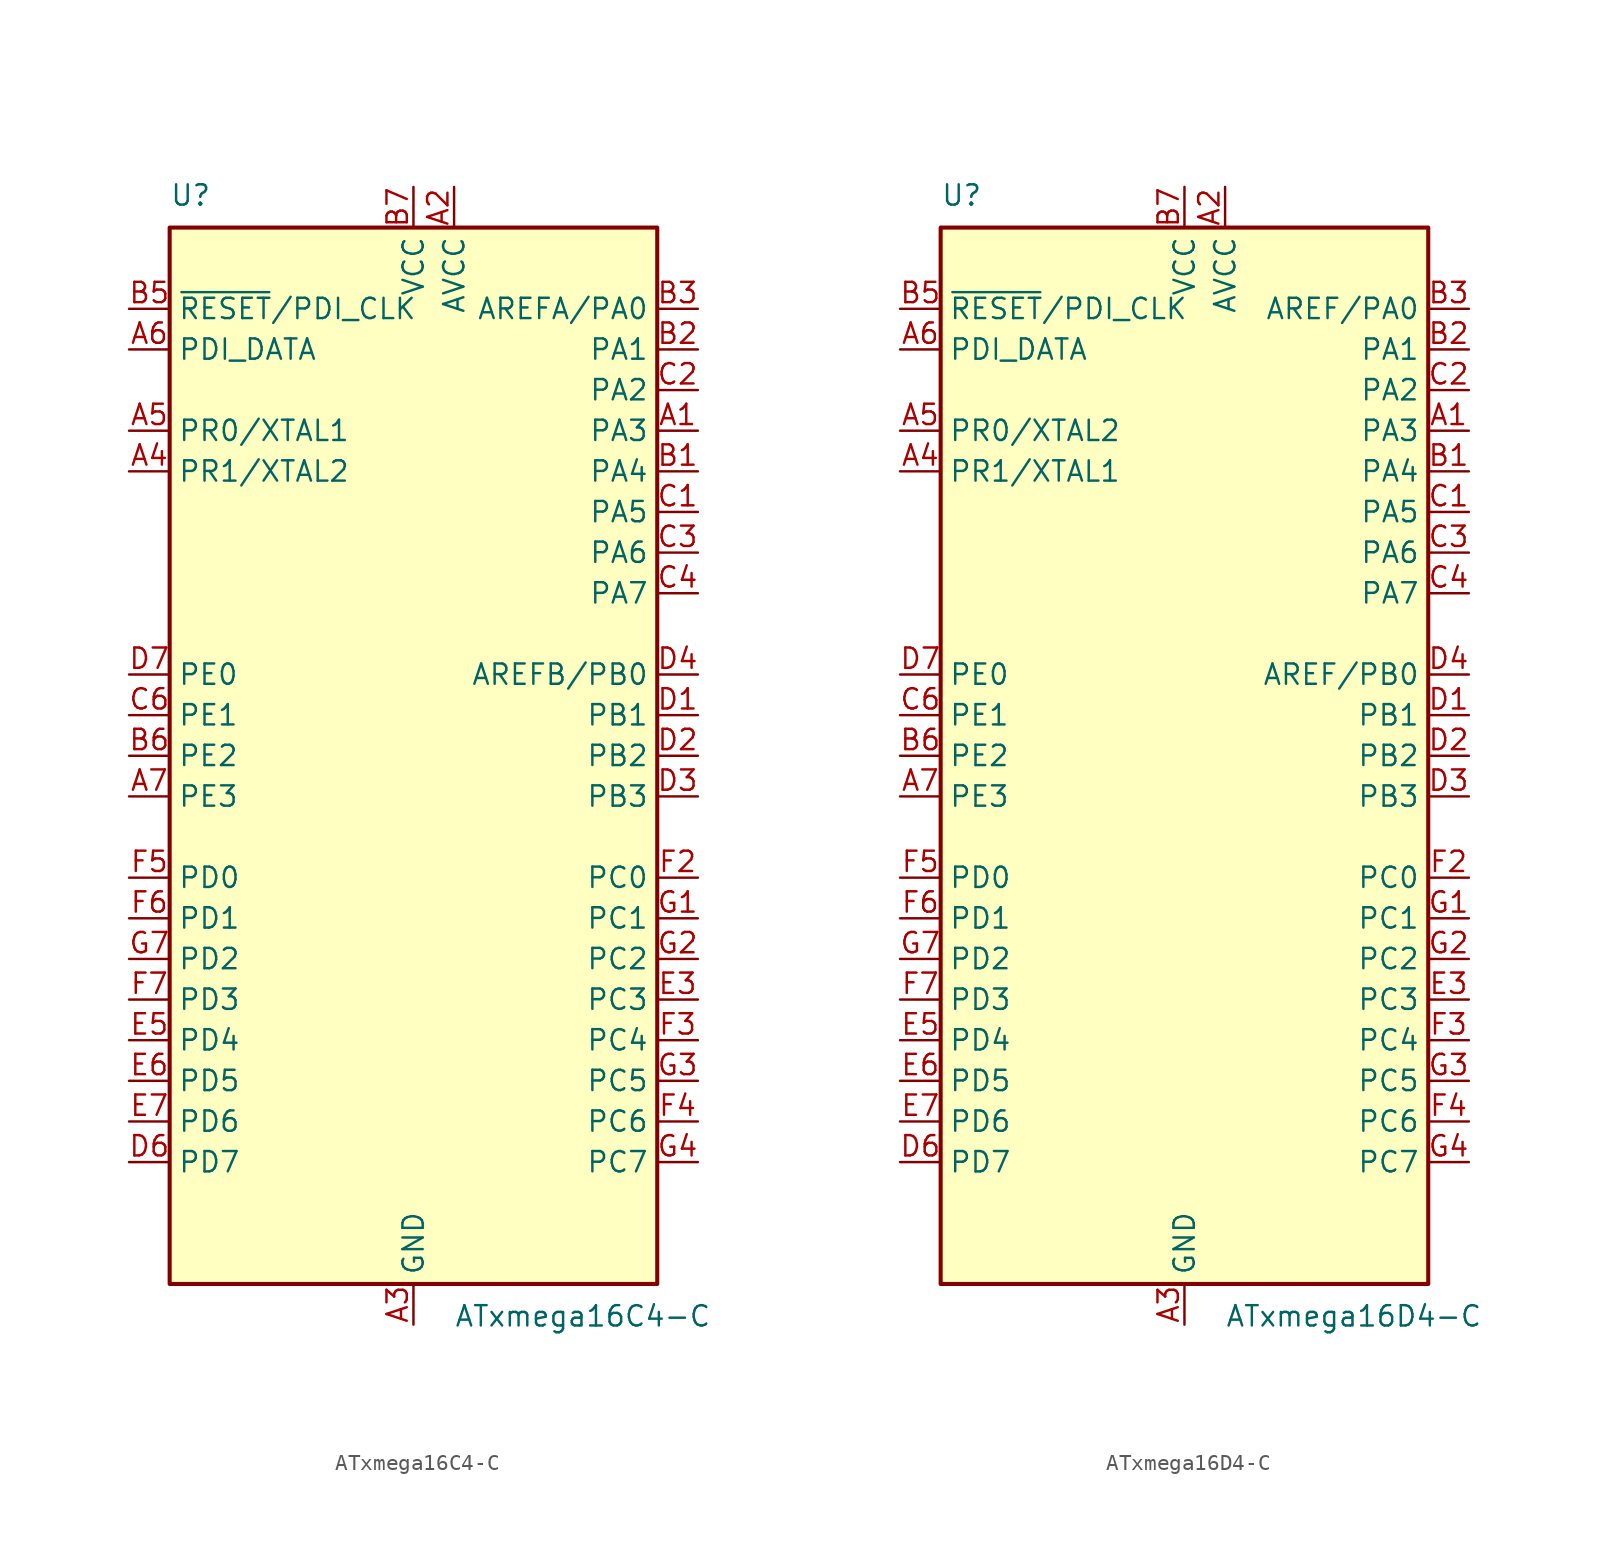
<source format=kicad_sym>
(kicad_symbol_lib
  (version 20241209)
  (generator "kicad_symbol_editor")
  (generator_version "9.0")
  (symbol "ATxmega16C4-C"
    (property "Reference" "U"
      (at -15.24 34.29 0)
      (effects (font (size 1.27 1.27)) (justify left bottom)))
    (property "Value" "ATxmega16C4-C"
      (at 2.54 -34.29 0)
      (effects (font (size 1.27 1.27)) (justify left top)))
    (symbol "ATxmega16C4-C_0_1"
      (rectangle (start -15.24 -33.02) (end 15.24 33.02) (stroke (width 0.254) (type default)) (fill (type background))))
    (symbol "ATxmega16C4-C_1_1"
      (pin input line (at -17.78 27.94 0) (length 2.54) (name "~{RESET}/PDI_CLK" (effects (font (size 1.27 1.27)))) (number "B5" (effects (font (size 1.27 1.27)))))
      (pin bidirectional line (at -17.78 25.4 0) (length 2.54) (name "PDI_DATA" (effects (font (size 1.27 1.27)))) (number "A6" (effects (font (size 1.27 1.27)))))
      (pin bidirectional line (at -17.78 20.32 0) (length 2.54) (name "PR0/XTAL1" (effects (font (size 1.27 1.27)))) (number "A5" (effects (font (size 1.27 1.27)))))
      (pin bidirectional line (at -17.78 17.78 0) (length 2.54) (name "PR1/XTAL2" (effects (font (size 1.27 1.27)))) (number "A4" (effects (font (size 1.27 1.27)))))
      (pin bidirectional line (at -17.78 5.08 0) (length 2.54) (name "PE0" (effects (font (size 1.27 1.27)))) (number "D7" (effects (font (size 1.27 1.27)))))
      (pin bidirectional line (at -17.78 2.54 0) (length 2.54) (name "PE1" (effects (font (size 1.27 1.27)))) (number "C6" (effects (font (size 1.27 1.27)))))
      (pin bidirectional line (at -17.78 0 0) (length 2.54) (name "PE2" (effects (font (size 1.27 1.27)))) (number "B6" (effects (font (size 1.27 1.27)))))
      (pin bidirectional line (at -17.78 -2.54 0) (length 2.54) (name "PE3" (effects (font (size 1.27 1.27)))) (number "A7" (effects (font (size 1.27 1.27)))))
      (pin bidirectional line (at -17.78 -7.62 0) (length 2.54) (name "PD0" (effects (font (size 1.27 1.27)))) (number "F5" (effects (font (size 1.27 1.27)))))
      (pin bidirectional line (at -17.78 -10.16 0) (length 2.54) (name "PD1" (effects (font (size 1.27 1.27)))) (number "F6" (effects (font (size 1.27 1.27)))))
      (pin bidirectional line (at -17.78 -12.7 0) (length 2.54) (name "PD2" (effects (font (size 1.27 1.27)))) (number "G7" (effects (font (size 1.27 1.27)))))
      (pin bidirectional line (at -17.78 -15.24 0) (length 2.54) (name "PD3" (effects (font (size 1.27 1.27)))) (number "F7" (effects (font (size 1.27 1.27)))))
      (pin bidirectional line (at -17.78 -17.78 0) (length 2.54) (name "PD4" (effects (font (size 1.27 1.27)))) (number "E5" (effects (font (size 1.27 1.27)))))
      (pin bidirectional line (at -17.78 -20.32 0) (length 2.54) (name "PD5" (effects (font (size 1.27 1.27)))) (number "E6" (effects (font (size 1.27 1.27)))))
      (pin bidirectional line (at -17.78 -22.86 0) (length 2.54) (name "PD6" (effects (font (size 1.27 1.27)))) (number "E7" (effects (font (size 1.27 1.27)))))
      (pin bidirectional line (at -17.78 -25.4 0) (length 2.54) (name "PD7" (effects (font (size 1.27 1.27)))) (number "D6" (effects (font (size 1.27 1.27)))))
      (pin power_in line (at 0 35.56 270) (length 2.54) (name "VCC" (effects (font (size 1.27 1.27)))) (number "B7" (effects (font (size 1.27 1.27)))))
      (pin passive line (at 0 35.56 270) (length 2.54) (hide yes) (name "VCC" (effects (font (size 1.27 1.27)))) (number "F1" (effects (font (size 1.27 1.27)))))
      (pin passive line (at 0 35.56 270) (length 2.54) (hide yes) (name "VCC" (effects (font (size 1.27 1.27)))) (number "G6" (effects (font (size 1.27 1.27)))))
      (pin power_in line (at 0 -35.56 90) (length 2.54) (name "GND" (effects (font (size 1.27 1.27)))) (number "A3" (effects (font (size 1.27 1.27)))))
      (pin passive line (at 0 -35.56 90) (length 2.54) (hide yes) (name "GND" (effects (font (size 1.27 1.27)))) (number "B4" (effects (font (size 1.27 1.27)))))
      (pin passive line (at 0 -35.56 90) (length 2.54) (hide yes) (name "GND" (effects (font (size 1.27 1.27)))) (number "C5" (effects (font (size 1.27 1.27)))))
      (pin passive line (at 0 -35.56 90) (length 2.54) (hide yes) (name "GND" (effects (font (size 1.27 1.27)))) (number "C7" (effects (font (size 1.27 1.27)))))
      (pin passive line (at 0 -35.56 90) (length 2.54) (hide yes) (name "GND" (effects (font (size 1.27 1.27)))) (number "D5" (effects (font (size 1.27 1.27)))))
      (pin passive line (at 0 -35.56 90) (length 2.54) (hide yes) (name "GND" (effects (font (size 1.27 1.27)))) (number "E1" (effects (font (size 1.27 1.27)))))
      (pin passive line (at 0 -35.56 90) (length 2.54) (hide yes) (name "GND" (effects (font (size 1.27 1.27)))) (number "E2" (effects (font (size 1.27 1.27)))))
      (pin passive line (at 0 -35.56 90) (length 2.54) (hide yes) (name "GND" (effects (font (size 1.27 1.27)))) (number "E4" (effects (font (size 1.27 1.27)))))
      (pin passive line (at 0 -35.56 90) (length 2.54) (hide yes) (name "GND" (effects (font (size 1.27 1.27)))) (number "G5" (effects (font (size 1.27 1.27)))))
      (pin power_in line (at 2.54 35.56 270) (length 2.54) (name "AVCC" (effects (font (size 1.27 1.27)))) (number "A2" (effects (font (size 1.27 1.27)))))
      (pin bidirectional line (at 17.78 27.94 180) (length 2.54) (name "AREFA/PA0" (effects (font (size 1.27 1.27)))) (number "B3" (effects (font (size 1.27 1.27)))))
      (pin bidirectional line (at 17.78 25.4 180) (length 2.54) (name "PA1" (effects (font (size 1.27 1.27)))) (number "B2" (effects (font (size 1.27 1.27)))))
      (pin bidirectional line (at 17.78 22.86 180) (length 2.54) (name "PA2" (effects (font (size 1.27 1.27)))) (number "C2" (effects (font (size 1.27 1.27)))))
      (pin bidirectional line (at 17.78 20.32 180) (length 2.54) (name "PA3" (effects (font (size 1.27 1.27)))) (number "A1" (effects (font (size 1.27 1.27)))))
      (pin bidirectional line (at 17.78 17.78 180) (length 2.54) (name "PA4" (effects (font (size 1.27 1.27)))) (number "B1" (effects (font (size 1.27 1.27)))))
      (pin bidirectional line (at 17.78 15.24 180) (length 2.54) (name "PA5" (effects (font (size 1.27 1.27)))) (number "C1" (effects (font (size 1.27 1.27)))))
      (pin bidirectional line (at 17.78 12.7 180) (length 2.54) (name "PA6" (effects (font (size 1.27 1.27)))) (number "C3" (effects (font (size 1.27 1.27)))))
      (pin bidirectional line (at 17.78 10.16 180) (length 2.54) (name "PA7" (effects (font (size 1.27 1.27)))) (number "C4" (effects (font (size 1.27 1.27)))))
      (pin bidirectional line (at 17.78 5.08 180) (length 2.54) (name "AREFB/PB0" (effects (font (size 1.27 1.27)))) (number "D4" (effects (font (size 1.27 1.27)))))
      (pin bidirectional line (at 17.78 2.54 180) (length 2.54) (name "PB1" (effects (font (size 1.27 1.27)))) (number "D1" (effects (font (size 1.27 1.27)))))
      (pin bidirectional line (at 17.78 0 180) (length 2.54) (name "PB2" (effects (font (size 1.27 1.27)))) (number "D2" (effects (font (size 1.27 1.27)))))
      (pin bidirectional line (at 17.78 -2.54 180) (length 2.54) (name "PB3" (effects (font (size 1.27 1.27)))) (number "D3" (effects (font (size 1.27 1.27)))))
      (pin bidirectional line (at 17.78 -7.62 180) (length 2.54) (name "PC0" (effects (font (size 1.27 1.27)))) (number "F2" (effects (font (size 1.27 1.27)))))
      (pin bidirectional line (at 17.78 -10.16 180) (length 2.54) (name "PC1" (effects (font (size 1.27 1.27)))) (number "G1" (effects (font (size 1.27 1.27)))))
      (pin bidirectional line (at 17.78 -12.7 180) (length 2.54) (name "PC2" (effects (font (size 1.27 1.27)))) (number "G2" (effects (font (size 1.27 1.27)))))
      (pin bidirectional line (at 17.78 -15.24 180) (length 2.54) (name "PC3" (effects (font (size 1.27 1.27)))) (number "E3" (effects (font (size 1.27 1.27)))))
      (pin bidirectional line (at 17.78 -17.78 180) (length 2.54) (name "PC4" (effects (font (size 1.27 1.27)))) (number "F3" (effects (font (size 1.27 1.27)))))
      (pin bidirectional line (at 17.78 -20.32 180) (length 2.54) (name "PC5" (effects (font (size 1.27 1.27)))) (number "G3" (effects (font (size 1.27 1.27)))))
      (pin bidirectional line (at 17.78 -22.86 180) (length 2.54) (name "PC6" (effects (font (size 1.27 1.27)))) (number "F4" (effects (font (size 1.27 1.27)))))
      (pin bidirectional line (at 17.78 -25.4 180) (length 2.54) (name "PC7" (effects (font (size 1.27 1.27)))) (number "G4" (effects (font (size 1.27 1.27)))))))
  (symbol "ATxmega16D4-C"
    (property "Reference" "U"
      (at -15.24 34.29 0)
      (effects (font (size 1.27 1.27)) (justify left bottom)))
    (property "Value" "ATxmega16D4-C"
      (at 2.54 -34.29 0)
      (effects (font (size 1.27 1.27)) (justify left top)))
    (symbol "ATxmega16D4-C_0_1"
      (rectangle (start -15.24 -33.02) (end 15.24 33.02) (stroke (width 0.254) (type default)) (fill (type background))))
    (symbol "ATxmega16D4-C_1_1"
      (pin input line (at -17.78 27.94 0) (length 2.54) (name "~{RESET}/PDI_CLK" (effects (font (size 1.27 1.27)))) (number "B5" (effects (font (size 1.27 1.27)))))
      (pin bidirectional line (at -17.78 25.4 0) (length 2.54) (name "PDI_DATA" (effects (font (size 1.27 1.27)))) (number "A6" (effects (font (size 1.27 1.27)))))
      (pin bidirectional line (at -17.78 20.32 0) (length 2.54) (name "PR0/XTAL2" (effects (font (size 1.27 1.27)))) (number "A5" (effects (font (size 1.27 1.27)))))
      (pin bidirectional line (at -17.78 17.78 0) (length 2.54) (name "PR1/XTAL1" (effects (font (size 1.27 1.27)))) (number "A4" (effects (font (size 1.27 1.27)))))
      (pin bidirectional line (at -17.78 5.08 0) (length 2.54) (name "PE0" (effects (font (size 1.27 1.27)))) (number "D7" (effects (font (size 1.27 1.27)))))
      (pin bidirectional line (at -17.78 2.54 0) (length 2.54) (name "PE1" (effects (font (size 1.27 1.27)))) (number "C6" (effects (font (size 1.27 1.27)))))
      (pin bidirectional line (at -17.78 0 0) (length 2.54) (name "PE2" (effects (font (size 1.27 1.27)))) (number "B6" (effects (font (size 1.27 1.27)))))
      (pin bidirectional line (at -17.78 -2.54 0) (length 2.54) (name "PE3" (effects (font (size 1.27 1.27)))) (number "A7" (effects (font (size 1.27 1.27)))))
      (pin bidirectional line (at -17.78 -7.62 0) (length 2.54) (name "PD0" (effects (font (size 1.27 1.27)))) (number "F5" (effects (font (size 1.27 1.27)))))
      (pin bidirectional line (at -17.78 -10.16 0) (length 2.54) (name "PD1" (effects (font (size 1.27 1.27)))) (number "F6" (effects (font (size 1.27 1.27)))))
      (pin bidirectional line (at -17.78 -12.7 0) (length 2.54) (name "PD2" (effects (font (size 1.27 1.27)))) (number "G7" (effects (font (size 1.27 1.27)))))
      (pin bidirectional line (at -17.78 -15.24 0) (length 2.54) (name "PD3" (effects (font (size 1.27 1.27)))) (number "F7" (effects (font (size 1.27 1.27)))))
      (pin bidirectional line (at -17.78 -17.78 0) (length 2.54) (name "PD4" (effects (font (size 1.27 1.27)))) (number "E5" (effects (font (size 1.27 1.27)))))
      (pin bidirectional line (at -17.78 -20.32 0) (length 2.54) (name "PD5" (effects (font (size 1.27 1.27)))) (number "E6" (effects (font (size 1.27 1.27)))))
      (pin bidirectional line (at -17.78 -22.86 0) (length 2.54) (name "PD6" (effects (font (size 1.27 1.27)))) (number "E7" (effects (font (size 1.27 1.27)))))
      (pin bidirectional line (at -17.78 -25.4 0) (length 2.54) (name "PD7" (effects (font (size 1.27 1.27)))) (number "D6" (effects (font (size 1.27 1.27)))))
      (pin power_in line (at 0 35.56 270) (length 2.54) (name "VCC" (effects (font (size 1.27 1.27)))) (number "B7" (effects (font (size 1.27 1.27)))))
      (pin passive line (at 0 35.56 270) (length 2.54) (hide yes) (name "VCC" (effects (font (size 1.27 1.27)))) (number "F1" (effects (font (size 1.27 1.27)))))
      (pin passive line (at 0 35.56 270) (length 2.54) (hide yes) (name "VCC" (effects (font (size 1.27 1.27)))) (number "G6" (effects (font (size 1.27 1.27)))))
      (pin power_in line (at 0 -35.56 90) (length 2.54) (name "GND" (effects (font (size 1.27 1.27)))) (number "A3" (effects (font (size 1.27 1.27)))))
      (pin passive line (at 0 -35.56 90) (length 2.54) (hide yes) (name "GND" (effects (font (size 1.27 1.27)))) (number "B4" (effects (font (size 1.27 1.27)))))
      (pin passive line (at 0 -35.56 90) (length 2.54) (hide yes) (name "GND" (effects (font (size 1.27 1.27)))) (number "C5" (effects (font (size 1.27 1.27)))))
      (pin passive line (at 0 -35.56 90) (length 2.54) (hide yes) (name "GND" (effects (font (size 1.27 1.27)))) (number "C7" (effects (font (size 1.27 1.27)))))
      (pin passive line (at 0 -35.56 90) (length 2.54) (hide yes) (name "GND" (effects (font (size 1.27 1.27)))) (number "D5" (effects (font (size 1.27 1.27)))))
      (pin passive line (at 0 -35.56 90) (length 2.54) (hide yes) (name "GND" (effects (font (size 1.27 1.27)))) (number "E1" (effects (font (size 1.27 1.27)))))
      (pin passive line (at 0 -35.56 90) (length 2.54) (hide yes) (name "GND" (effects (font (size 1.27 1.27)))) (number "E2" (effects (font (size 1.27 1.27)))))
      (pin passive line (at 0 -35.56 90) (length 2.54) (hide yes) (name "GND" (effects (font (size 1.27 1.27)))) (number "E4" (effects (font (size 1.27 1.27)))))
      (pin passive line (at 0 -35.56 90) (length 2.54) (hide yes) (name "GND" (effects (font (size 1.27 1.27)))) (number "G5" (effects (font (size 1.27 1.27)))))
      (pin power_in line (at 2.54 35.56 270) (length 2.54) (name "AVCC" (effects (font (size 1.27 1.27)))) (number "A2" (effects (font (size 1.27 1.27)))))
      (pin bidirectional line (at 17.78 27.94 180) (length 2.54) (name "AREF/PA0" (effects (font (size 1.27 1.27)))) (number "B3" (effects (font (size 1.27 1.27)))))
      (pin bidirectional line (at 17.78 25.4 180) (length 2.54) (name "PA1" (effects (font (size 1.27 1.27)))) (number "B2" (effects (font (size 1.27 1.27)))))
      (pin bidirectional line (at 17.78 22.86 180) (length 2.54) (name "PA2" (effects (font (size 1.27 1.27)))) (number "C2" (effects (font (size 1.27 1.27)))))
      (pin bidirectional line (at 17.78 20.32 180) (length 2.54) (name "PA3" (effects (font (size 1.27 1.27)))) (number "A1" (effects (font (size 1.27 1.27)))))
      (pin bidirectional line (at 17.78 17.78 180) (length 2.54) (name "PA4" (effects (font (size 1.27 1.27)))) (number "B1" (effects (font (size 1.27 1.27)))))
      (pin bidirectional line (at 17.78 15.24 180) (length 2.54) (name "PA5" (effects (font (size 1.27 1.27)))) (number "C1" (effects (font (size 1.27 1.27)))))
      (pin bidirectional line (at 17.78 12.7 180) (length 2.54) (name "PA6" (effects (font (size 1.27 1.27)))) (number "C3" (effects (font (size 1.27 1.27)))))
      (pin bidirectional line (at 17.78 10.16 180) (length 2.54) (name "PA7" (effects (font (size 1.27 1.27)))) (number "C4" (effects (font (size 1.27 1.27)))))
      (pin bidirectional line (at 17.78 5.08 180) (length 2.54) (name "AREF/PB0" (effects (font (size 1.27 1.27)))) (number "D4" (effects (font (size 1.27 1.27)))))
      (pin bidirectional line (at 17.78 2.54 180) (length 2.54) (name "PB1" (effects (font (size 1.27 1.27)))) (number "D1" (effects (font (size 1.27 1.27)))))
      (pin bidirectional line (at 17.78 0 180) (length 2.54) (name "PB2" (effects (font (size 1.27 1.27)))) (number "D2" (effects (font (size 1.27 1.27)))))
      (pin bidirectional line (at 17.78 -2.54 180) (length 2.54) (name "PB3" (effects (font (size 1.27 1.27)))) (number "D3" (effects (font (size 1.27 1.27)))))
      (pin bidirectional line (at 17.78 -7.62 180) (length 2.54) (name "PC0" (effects (font (size 1.27 1.27)))) (number "F2" (effects (font (size 1.27 1.27)))))
      (pin bidirectional line (at 17.78 -10.16 180) (length 2.54) (name "PC1" (effects (font (size 1.27 1.27)))) (number "G1" (effects (font (size 1.27 1.27)))))
      (pin bidirectional line (at 17.78 -12.7 180) (length 2.54) (name "PC2" (effects (font (size 1.27 1.27)))) (number "G2" (effects (font (size 1.27 1.27)))))
      (pin bidirectional line (at 17.78 -15.24 180) (length 2.54) (name "PC3" (effects (font (size 1.27 1.27)))) (number "E3" (effects (font (size 1.27 1.27)))))
      (pin bidirectional line (at 17.78 -17.78 180) (length 2.54) (name "PC4" (effects (font (size 1.27 1.27)))) (number "F3" (effects (font (size 1.27 1.27)))))
      (pin bidirectional line (at 17.78 -20.32 180) (length 2.54) (name "PC5" (effects (font (size 1.27 1.27)))) (number "G3" (effects (font (size 1.27 1.27)))))
      (pin bidirectional line (at 17.78 -22.86 180) (length 2.54) (name "PC6" (effects (font (size 1.27 1.27)))) (number "F4" (effects (font (size 1.27 1.27)))))
      (pin bidirectional line (at 17.78 -25.4 180) (length 2.54) (name "PC7" (effects (font (size 1.27 1.27)))) (number "G4" (effects (font (size 1.27 1.27))))))))
</source>
